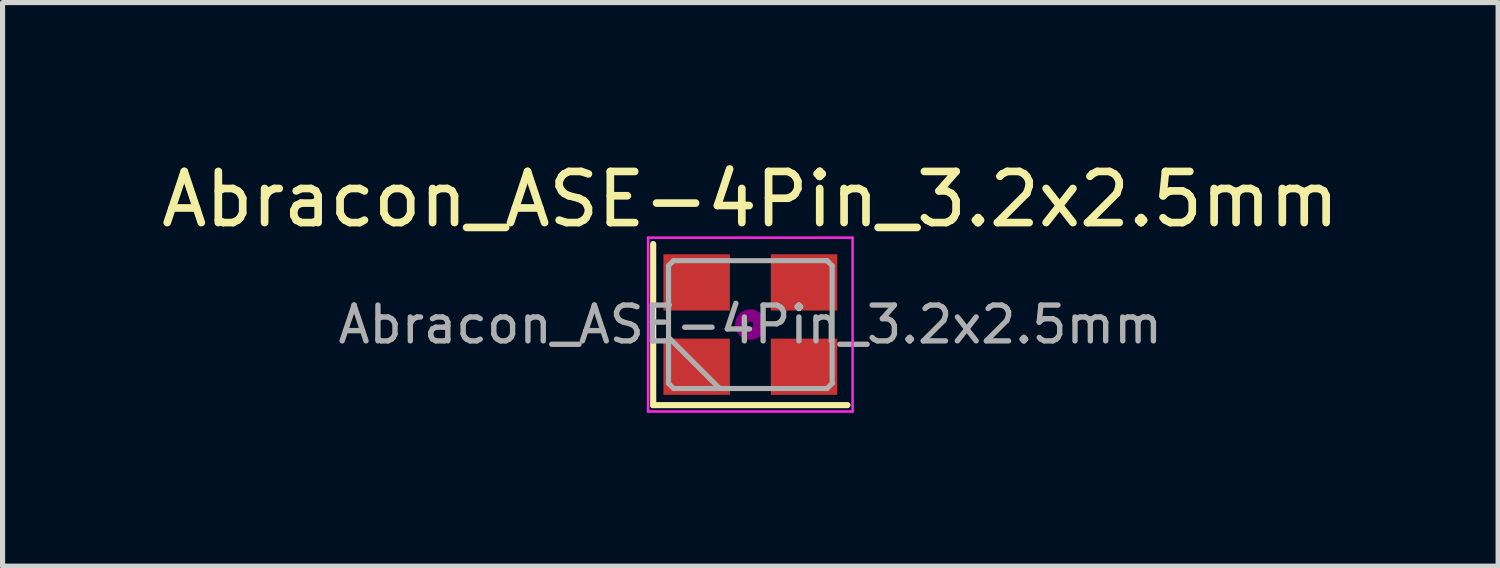
<source format=kicad_pcb>
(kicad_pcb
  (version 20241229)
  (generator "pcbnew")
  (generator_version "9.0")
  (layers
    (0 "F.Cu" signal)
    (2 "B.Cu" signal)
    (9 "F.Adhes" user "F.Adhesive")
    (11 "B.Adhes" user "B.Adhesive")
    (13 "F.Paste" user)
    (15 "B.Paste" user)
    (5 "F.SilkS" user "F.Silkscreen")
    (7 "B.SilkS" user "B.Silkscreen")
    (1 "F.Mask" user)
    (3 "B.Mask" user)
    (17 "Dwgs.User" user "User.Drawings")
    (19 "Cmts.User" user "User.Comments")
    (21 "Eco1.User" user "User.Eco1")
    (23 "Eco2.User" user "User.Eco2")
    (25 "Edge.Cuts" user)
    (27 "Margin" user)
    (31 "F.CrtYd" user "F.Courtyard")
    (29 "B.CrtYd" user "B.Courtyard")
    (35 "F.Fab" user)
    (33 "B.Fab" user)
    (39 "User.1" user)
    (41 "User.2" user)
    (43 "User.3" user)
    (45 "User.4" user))
  (footprint "Abracon_ASE-4Pin_3.2x2.5mm"
    (layer "F.Cu")
    (at 11.625 3.298)
    (property "Reference" "Abracon_ASE-4Pin_3.2x2.5mm" (at 0 -2.45 0) (layer "F.SilkS") (effects (font (size 1 1) (thickness 0.15))))
    (attr smd)
    (fp_line (start -1.9 -1.575) (end -1.9 1.575) (stroke (width 0.12) (type solid)) (layer "F.SilkS"))
    (fp_line (start -1.9 1.575) (end 1.9 1.575) (stroke (width 0.12) (type solid)) (layer "F.SilkS"))
    (fp_circle (center 0 0) (end 0.058 0) (stroke (width 0.117) (type solid)) (fill no) (layer "F.Adhes"))
    (fp_circle (center 0 0) (end 0.133 0) (stroke (width 0.083) (type solid)) (fill no) (layer "F.Adhes"))
    (fp_circle (center 0 0) (end 0.208 0) (stroke (width 0.083) (type solid)) (fill no) (layer "F.Adhes"))
    (fp_circle (center 0 0) (end 0.25 0) (stroke (width 0.1) (type solid)) (fill no) (layer "F.Adhes"))
    (fp_line (start -2 -1.7) (end -2 1.7) (stroke (width 0.05) (type solid)) (layer "F.CrtYd"))
    (fp_line (start -2 1.7) (end 2 1.7) (stroke (width 0.05) (type solid)) (layer "F.CrtYd"))
    (fp_line (start 2 -1.7) (end -2 -1.7) (stroke (width 0.05) (type solid)) (layer "F.CrtYd"))
    (fp_line (start 2 1.7) (end 2 -1.7) (stroke (width 0.05) (type solid)) (layer "F.CrtYd"))
    (fp_line (start -1.6 -1.15) (end -1.5 -1.25) (stroke (width 0.1) (type solid)) (layer "F.Fab"))
    (fp_line (start -1.6 0.25) (end -0.6 1.25) (stroke (width 0.1) (type solid)) (layer "F.Fab"))
    (fp_line (start -1.6 1.15) (end -1.6 -1.15) (stroke (width 0.1) (type solid)) (layer "F.Fab"))
    (fp_line (start -1.5 -1.25) (end 1.5 -1.25) (stroke (width 0.1) (type solid)) (layer "F.Fab"))
    (fp_line (start -1.5 1.25) (end -1.6 1.15) (stroke (width 0.1) (type solid)) (layer "F.Fab"))
    (fp_line (start 1.5 -1.25) (end 1.6 -1.15) (stroke (width 0.1) (type solid)) (layer "F.Fab"))
    (fp_line (start 1.5 1.25) (end -1.5 1.25) (stroke (width 0.1) (type solid)) (layer "F.Fab"))
    (fp_line (start 1.6 -1.15) (end 1.6 1.15) (stroke (width 0.1) (type solid)) (layer "F.Fab"))
    (fp_line (start 1.6 1.15) (end 1.5 1.25) (stroke (width 0.1) (type solid)) (layer "F.Fab"))
    (fp_text user "${REFERENCE}" (at 0 0 0) (layer "F.Fab") (effects (font (size 0.7 0.7) (thickness 0.105))))
    (pad "1" smd rect (at -1.05 0.825) (size 1.3 1.1) (layers "F.Cu" "F.Mask" "F.Paste"))
    (pad "2" smd rect (at 1.05 0.825) (size 1.3 1.1) (layers "F.Cu" "F.Mask" "F.Paste"))
    (pad "3" smd rect (at 1.05 -0.825) (size 1.3 1.1) (layers "F.Cu" "F.Mask" "F.Paste"))
    (pad "4" smd rect (at -1.05 -0.825) (size 1.3 1.1) (layers "F.Cu" "F.Mask" "F.Paste")))
  (gr_rect
    (start -3 -3)
    (end 26.25 8.023)
    (stroke (width 0.1) (type default))
    (fill no)
    (layer "Edge.Cuts")))
</source>
